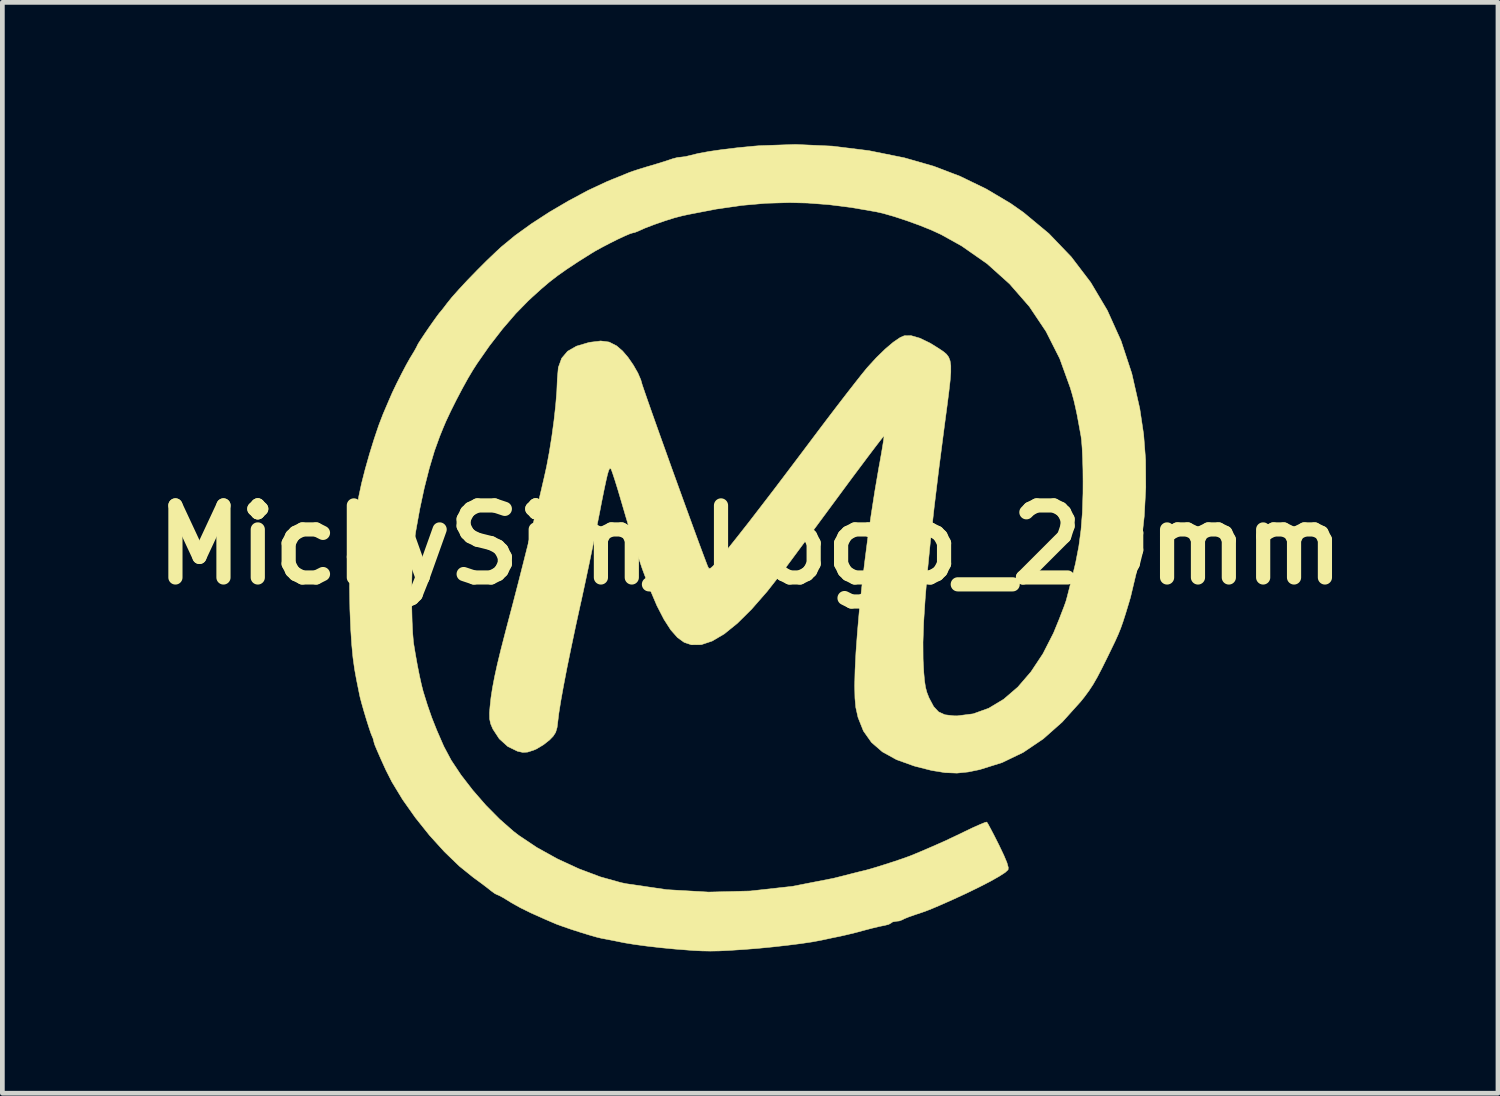
<source format=kicad_pcb>
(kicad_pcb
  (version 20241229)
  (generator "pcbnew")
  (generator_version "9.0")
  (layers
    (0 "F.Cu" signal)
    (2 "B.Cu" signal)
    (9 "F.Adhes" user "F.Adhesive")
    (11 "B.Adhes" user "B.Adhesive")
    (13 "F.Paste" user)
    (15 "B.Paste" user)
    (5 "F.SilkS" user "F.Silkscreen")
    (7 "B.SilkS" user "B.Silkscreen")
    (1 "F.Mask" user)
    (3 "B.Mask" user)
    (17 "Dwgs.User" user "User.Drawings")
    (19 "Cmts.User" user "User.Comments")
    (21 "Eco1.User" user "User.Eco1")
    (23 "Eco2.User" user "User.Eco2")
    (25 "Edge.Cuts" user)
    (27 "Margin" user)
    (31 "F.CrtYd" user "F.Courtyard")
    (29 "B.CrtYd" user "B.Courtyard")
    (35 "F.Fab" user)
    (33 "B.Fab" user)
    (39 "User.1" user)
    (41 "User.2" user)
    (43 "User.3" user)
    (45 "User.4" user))
  (footprint "MickySim_Logo_20mm"
    (layer "F.Cu")
    (at 12.816 8.474)
    (property "Reference" "MickySim_Logo_20mm" (at 0 0 0) (layer "F.SilkS") (effects (font (size 1.524 1.524) (thickness 0.3))))
    (attr through_hole)
    (fp_poly (pts (xy 1.736 -8.434) (xy 2.511 -8.338) (xy 3.263 -8.186) (xy 3.88 -8.009) (xy 4.439 -7.796) (xy 4.99 -7.529) (xy 5.506 -7.223) (xy 5.78 -7.031) (xy 6.317 -6.585) (xy 6.791 -6.091) (xy 7.203 -5.55) (xy 7.554 -4.959) (xy 7.843 -4.318) (xy 8.071 -3.626) (xy 8.24 -2.882) (xy 8.322 -2.333) (xy 8.363 -1.797) (xy 8.367 -1.216) (xy 8.335 -0.611) (xy 8.269 -0.007) (xy 8.171 0.574) (xy 8.044 1.108) (xy 8.011 1.22) (xy 7.942 1.448) (xy 7.886 1.623) (xy 7.836 1.765) (xy 7.782 1.898) (xy 7.716 2.044) (xy 7.628 2.226) (xy 7.563 2.36) (xy 7.44 2.608) (xy 7.34 2.8) (xy 7.252 2.953) (xy 7.165 3.085) (xy 7.071 3.213) (xy 6.991 3.313) (xy 6.6 3.747) (xy 6.197 4.104) (xy 5.775 4.389) (xy 5.329 4.604) (xy 4.853 4.753) (xy 4.61 4.803) (xy 4.373 4.827) (xy 4.122 4.817) (xy 3.839 4.771) (xy 3.506 4.687) (xy 3.461 4.674) (xy 3.094 4.542) (xy 2.797 4.378) (xy 2.566 4.178) (xy 2.395 3.936) (xy 2.281 3.649) (xy 2.234 3.439) (xy 2.216 3.244) (xy 2.21 2.98) (xy 2.218 2.653) (xy 2.237 2.274) (xy 2.268 1.851) (xy 2.308 1.392) (xy 2.359 0.906) (xy 2.417 0.402) (xy 2.483 -0.112) (xy 2.557 -0.627) (xy 2.636 -1.135) (xy 2.72 -1.627) (xy 2.742 -1.745) (xy 2.777 -1.943) (xy 2.805 -2.111) (xy 2.824 -2.234) (xy 2.831 -2.298) (xy 2.83 -2.304) (xy 2.804 -2.275) (xy 2.736 -2.189) (xy 2.632 -2.053) (xy 2.495 -1.872) (xy 2.332 -1.654) (xy 2.147 -1.407) (xy 1.946 -1.135) (xy 1.899 -1.071) (xy 1.681 -0.776) (xy 1.467 -0.486) (xy 1.264 -0.211) (xy 1.079 0.038) (xy 0.92 0.253) (xy 0.794 0.423) (xy 0.709 0.538) (xy 0.357 0.987) (xy 0.03 1.361) (xy -0.272 1.66) (xy -0.549 1.884) (xy -0.804 2.034) (xy -1.035 2.111) (xy -1.243 2.113) (xy -1.396 2.062) (xy -1.537 1.96) (xy -1.68 1.798) (xy -1.824 1.574) (xy -1.973 1.285) (xy -2.125 0.928) (xy -2.284 0.501) (xy -2.451 -0.000141) (xy -2.625 -0.577) (xy -2.661 -0.7) (xy -2.733 -0.946) (xy -2.8 -1.172) (xy -2.859 -1.362) (xy -2.906 -1.505) (xy -2.935 -1.587) (xy -2.939 -1.596) (xy -2.956 -1.618) (xy -2.973 -1.613) (xy -2.993 -1.573) (xy -3.018 -1.489) (xy -3.049 -1.355) (xy -3.09 -1.163) (xy -3.142 -0.904) (xy -3.178 -0.716) (xy -3.247 -0.368) (xy -3.328 0.026) (xy -3.413 0.436) (xy -3.497 0.832) (xy -3.573 1.183) (xy -3.582 1.22) (xy -3.692 1.723) (xy -3.79 2.19) (xy -3.877 2.614) (xy -3.949 2.989) (xy -4.006 3.305) (xy -4.046 3.557) (xy -4.065 3.712) (xy -4.084 3.864) (xy -4.114 3.965) (xy -4.166 4.046) (xy -4.243 4.126) (xy -4.374 4.229) (xy -4.524 4.318) (xy -4.578 4.341) (xy -4.708 4.383) (xy -4.81 4.389) (xy -4.922 4.364) (xy -5.127 4.264) (xy -5.307 4.101) (xy -5.442 3.895) (xy -5.489 3.784) (xy -5.511 3.681) (xy -5.513 3.553) (xy -5.503 3.427) (xy -5.482 3.23) (xy -5.45 3.023) (xy -5.406 2.792) (xy -5.348 2.527) (xy -5.272 2.214) (xy -5.176 1.841) (xy -5.134 1.68) (xy -5.024 1.264) (xy -4.912 0.832) (xy -4.801 0.395) (xy -4.693 -0.034) (xy -4.591 -0.445) (xy -4.498 -0.825) (xy -4.418 -1.163) (xy -4.352 -1.447) (xy -4.305 -1.66) (xy -4.249 -1.959) (xy -4.196 -2.289) (xy -4.15 -2.627) (xy -4.114 -2.953) (xy -4.09 -3.246) (xy -4.08 -3.483) (xy -4.08 -3.5) (xy -4.058 -3.751) (xy -3.987 -3.947) (xy -3.862 -4.095) (xy -3.674 -4.203) (xy -3.417 -4.279) (xy -3.387 -4.285) (xy -3.163 -4.313) (xy -2.983 -4.29) (xy -2.824 -4.209) (xy -2.699 -4.101) (xy -2.584 -3.967) (xy -2.471 -3.803) (xy -2.375 -3.635) (xy -2.312 -3.489) (xy -2.3 -3.445) (xy -2.283 -3.386) (xy -2.24 -3.26) (xy -2.177 -3.078) (xy -2.096 -2.847) (xy -2 -2.576) (xy -1.893 -2.275) (xy -1.777 -1.952) (xy -1.657 -1.616) (xy -1.534 -1.276) (xy -1.413 -0.941) (xy -1.296 -0.62) (xy -1.187 -0.321) (xy -1.089 -0.054) (xy -1.005 0.172) (xy -0.938 0.35) (xy -0.899 0.452) (xy -0.873 0.5) (xy -0.838 0.493) (xy -0.79 0.452) (xy -0.719 0.377) (xy -0.604 0.243) (xy -0.449 0.053) (xy -0.258 -0.187) (xy -0.034 -0.472) (xy 0.218 -0.799) (xy 0.496 -1.161) (xy 0.795 -1.556) (xy 1.112 -1.976) (xy 1.19 -2.08) (xy 1.417 -2.382) (xy 1.64 -2.677) (xy 1.853 -2.956) (xy 2.048 -3.209) (xy 2.218 -3.427) (xy 2.356 -3.602) (xy 2.456 -3.725) (xy 2.477 -3.75) (xy 2.669 -3.96) (xy 2.856 -4.142) (xy 3.027 -4.287) (xy 3.171 -4.385) (xy 3.258 -4.423) (xy 3.405 -4.425) (xy 3.592 -4.371) (xy 3.806 -4.267) (xy 3.904 -4.207) (xy 4.006 -4.142) (xy 4.088 -4.087) (xy 4.152 -4.033) (xy 4.198 -3.971) (xy 4.228 -3.892) (xy 4.243 -3.788) (xy 4.243 -3.651) (xy 4.229 -3.471) (xy 4.203 -3.24) (xy 4.166 -2.95) (xy 4.118 -2.591) (xy 4.102 -2.469) (xy 3.989 -1.597) (xy 3.892 -0.799) (xy 3.812 -0.076) (xy 3.748 0.572) (xy 3.701 1.144) (xy 3.669 1.64) (xy 3.655 2.059) (xy 3.657 2.4) (xy 3.659 2.46) (xy 3.672 2.699) (xy 3.688 2.876) (xy 3.708 3.01) (xy 3.737 3.119) (xy 3.777 3.222) (xy 3.785 3.24) (xy 3.88 3.419) (xy 3.985 3.532) (xy 4.119 3.593) (xy 4.304 3.615) (xy 4.38 3.616) (xy 4.717 3.573) (xy 5.045 3.455) (xy 5.361 3.265) (xy 5.661 3.007) (xy 5.939 2.684) (xy 6.192 2.302) (xy 6.416 1.863) (xy 6.54 1.56) (xy 6.588 1.434) (xy 6.629 1.329) (xy 6.64 1.3) (xy 6.678 1.193) (xy 6.693 1.14) (xy 6.713 1.064) (xy 6.746 0.935) (xy 6.785 0.782) (xy 6.791 0.76) (xy 6.883 0.38) (xy 6.951 0.029) (xy 6.997 -0.317) (xy 7.026 -0.683) (xy 7.039 -1.091) (xy 7.04 -1.338) (xy 7.038 -1.59) (xy 7.031 -1.833) (xy 7.021 -2.047) (xy 7.008 -2.215) (xy 6.997 -2.298) (xy 6.95 -2.556) (xy 6.913 -2.755) (xy 6.879 -2.914) (xy 6.847 -3.052) (xy 6.81 -3.188) (xy 6.771 -3.32) (xy 6.547 -3.94) (xy 6.257 -4.514) (xy 5.904 -5.041) (xy 5.487 -5.519) (xy 5.01 -5.947) (xy 4.473 -6.322) (xy 4.04 -6.563) (xy 3.834 -6.658) (xy 3.583 -6.759) (xy 3.312 -6.857) (xy 3.045 -6.945) (xy 2.807 -7.013) (xy 2.664 -7.045) (xy 2.139 -7.136) (xy 1.662 -7.196) (xy 1.212 -7.23) (xy 0.834 -7.239) (xy 0.333 -7.225) (xy -0.178 -7.18) (xy -0.718 -7.102) (xy -1.307 -6.988) (xy -1.44 -6.959) (xy -1.609 -6.915) (xy -1.814 -6.85) (xy -2.029 -6.775) (xy -2.223 -6.701) (xy -2.368 -6.636) (xy -2.369 -6.635) (xy -2.447 -6.605) (xy -2.477 -6.6) (xy -2.538 -6.582) (xy -2.651 -6.534) (xy -2.799 -6.465) (xy -2.965 -6.382) (xy -3.13 -6.296) (xy -3.279 -6.214) (xy -3.36 -6.165) (xy -3.644 -5.986) (xy -3.874 -5.834) (xy -4.07 -5.696) (xy -4.246 -5.56) (xy -4.419 -5.413) (xy -4.608 -5.242) (xy -4.695 -5.161) (xy -4.959 -4.891) (xy -5.237 -4.568) (xy -5.514 -4.211) (xy -5.773 -3.84) (xy -5.863 -3.7) (xy -5.968 -3.524) (xy -6.09 -3.303) (xy -6.216 -3.063) (xy -6.335 -2.825) (xy -6.434 -2.614) (xy -6.491 -2.48) (xy -6.535 -2.371) (xy -6.564 -2.3) (xy -6.676 -1.991) (xy -6.787 -1.619) (xy -6.893 -1.202) (xy -6.988 -0.758) (xy -7.07 -0.303) (xy -7.118 0.02) (xy -7.135 0.205) (xy -7.148 0.448) (xy -7.156 0.73) (xy -7.159 1.031) (xy -7.157 1.333) (xy -7.15 1.616) (xy -7.138 1.862) (xy -7.122 2.052) (xy -7.117 2.089) (xy -7.081 2.308) (xy -7.039 2.543) (xy -6.994 2.769) (xy -6.951 2.963) (xy -6.916 3.1) (xy -6.826 3.389) (xy -6.735 3.651) (xy -6.63 3.916) (xy -6.5 4.215) (xy -6.476 4.268) (xy -6.323 4.555) (xy -6.115 4.868) (xy -5.866 5.19) (xy -5.59 5.507) (xy -5.3 5.8) (xy -5.009 6.056) (xy -4.895 6.144) (xy -4.509 6.402) (xy -4.077 6.641) (xy -3.622 6.851) (xy -3.167 7.022) (xy -2.733 7.143) (xy -2.624 7.166) (xy -1.763 7.292) (xy -0.883 7.343) (xy 0.004 7.32) (xy 0.89 7.222) (xy 1.765 7.051) (xy 2 6.992) (xy 2.167 6.949) (xy 2.322 6.91) (xy 2.435 6.883) (xy 2.44 6.882) (xy 2.538 6.855) (xy 2.689 6.81) (xy 2.87 6.753) (xy 3.059 6.692) (xy 3.232 6.633) (xy 3.366 6.585) (xy 3.42 6.564) (xy 3.521 6.522) (xy 3.6 6.489) (xy 3.875 6.371) (xy 4.118 6.263) (xy 4.366 6.146) (xy 4.557 6.054) (xy 4.724 5.974) (xy 4.865 5.912) (xy 4.963 5.872) (xy 5.004 5.862) (xy 5.03 5.902) (xy 5.083 6) (xy 5.157 6.141) (xy 5.244 6.313) (xy 5.26 6.345) (xy 5.365 6.565) (xy 5.431 6.722) (xy 5.459 6.823) (xy 5.455 6.871) (xy 5.392 6.929) (xy 5.263 7.012) (xy 5.077 7.117) (xy 4.844 7.237) (xy 4.571 7.37) (xy 4.267 7.51) (xy 4.02 7.619) (xy 3.863 7.686) (xy 3.746 7.733) (xy 3.633 7.774) (xy 3.491 7.821) (xy 3.48 7.825) (xy 3.354 7.869) (xy 3.258 7.908) (xy 3.222 7.928) (xy 3.154 7.954) (xy 3.094 7.96) (xy 3.014 7.974) (xy 2.983 7.996) (xy 2.931 8.026) (xy 2.837 8.05) (xy 2.83 8.051) (xy 2.725 8.072) (xy 2.576 8.108) (xy 2.42 8.149) (xy 2.235 8.199) (xy 2.037 8.247) (xy 1.9 8.278) (xy 1.738 8.311) (xy 1.58 8.345) (xy 1.5 8.362) (xy 1.319 8.396) (xy 1.077 8.432) (xy 0.791 8.468) (xy 0.48 8.503) (xy 0.163 8.534) (xy -0.142 8.558) (xy -0.16 8.559) (xy -0.437 8.577) (xy -0.657 8.588) (xy -0.843 8.591) (xy -1.017 8.588) (xy -1.203 8.579) (xy -1.28 8.573) (xy -1.586 8.549) (xy -1.897 8.519) (xy -2.192 8.485) (xy -2.451 8.45) (xy -2.653 8.417) (xy -2.68 8.412) (xy -2.852 8.377) (xy -3.016 8.345) (xy -3.138 8.322) (xy -3.14 8.322) (xy -3.244 8.297) (xy -3.401 8.252) (xy -3.587 8.195) (xy -3.78 8.133) (xy -3.957 8.072) (xy -4.095 8.022) (xy -4.14 8.003) (xy -4.231 7.964) (xy -4.347 7.914) (xy -4.36 7.908) (xy -4.638 7.784) (xy -4.861 7.674) (xy -5.049 7.569) (xy -5.108 7.532) (xy -5.223 7.462) (xy -5.311 7.415) (xy -5.348 7.4) (xy -5.398 7.376) (xy -5.477 7.319) (xy -5.488 7.31) (xy -5.574 7.242) (xy -5.7 7.147) (xy -5.838 7.046) (xy -5.847 7.04) (xy -6.151 6.795) (xy -6.467 6.49) (xy -6.782 6.143) (xy -7.08 5.77) (xy -7.35 5.388) (xy -7.577 5.014) (xy -7.706 4.76) (xy -7.814 4.522) (xy -7.89 4.348) (xy -7.938 4.234) (xy -7.958 4.17) (xy -7.96 4.158) (xy -7.977 4.092) (xy -7.996 4.049) (xy -8.025 3.976) (xy -8.068 3.847) (xy -8.119 3.685) (xy -8.171 3.512) (xy -8.217 3.35) (xy -8.251 3.221) (xy -8.26 3.18) (xy -8.283 3.067) (xy -8.312 2.923) (xy -8.325 2.86) (xy -8.367 2.628) (xy -8.401 2.384) (xy -8.427 2.111) (xy -8.448 1.792) (xy -8.464 1.413) (xy -8.466 1.362) (xy -8.474 0.873) (xy -8.462 0.424) (xy -8.429 -0.013) (xy -8.372 -0.466) (xy -8.289 -0.963) (xy -8.275 -1.04) (xy -8.219 -1.301) (xy -8.142 -1.603) (xy -8.051 -1.924) (xy -7.953 -2.24) (xy -7.856 -2.528) (xy -7.765 -2.765) (xy -7.75 -2.8) (xy -7.697 -2.924) (xy -7.652 -3.029) (xy -7.639 -3.06) (xy -7.571 -3.216) (xy -7.478 -3.411) (xy -7.374 -3.617) (xy -7.273 -3.809) (xy -7.188 -3.96) (xy -7.17 -3.988) (xy -7.102 -4.101) (xy -7.055 -4.186) (xy -7.04 -4.219) (xy -7.019 -4.259) (xy -6.963 -4.346) (xy -6.884 -4.465) (xy -6.794 -4.597) (xy -6.704 -4.725) (xy -6.627 -4.833) (xy -6.574 -4.904) (xy -6.559 -4.92) (xy -6.524 -4.962) (xy -6.459 -5.045) (xy -6.418 -5.1) (xy -6.314 -5.23) (xy -6.163 -5.4) (xy -5.981 -5.596) (xy -5.779 -5.804) (xy -5.572 -6.011) (xy -5.373 -6.201) (xy -5.265 -6.301) (xy -4.975 -6.54) (xy -4.627 -6.791) (xy -4.24 -7.042) (xy -3.832 -7.281) (xy -3.424 -7.499) (xy -3.032 -7.682) (xy -2.9 -7.737) (xy -2.752 -7.796) (xy -2.625 -7.848) (xy -2.544 -7.881) (xy -2.54 -7.882) (xy -2.467 -7.908) (xy -2.34 -7.949) (xy -2.18 -7.998) (xy -2.1 -8.021) (xy -1.931 -8.072) (xy -1.781 -8.119) (xy -1.676 -8.154) (xy -1.648 -8.164) (xy -1.538 -8.193) (xy -1.471 -8.2) (xy -1.371 -8.212) (xy -1.263 -8.238) (xy -1.097 -8.279) (xy -0.865 -8.321) (xy -0.582 -8.362) (xy -0.263 -8.4) (xy 0.077 -8.433) (xy 0.2 -8.443) (xy 0.959 -8.469) (xy 1.736 -8.434)) (stroke (width 0.01) (type solid)) (fill yes) (layer "F.SilkS")))
  (gr_rect
    (start -3 -3)
    (end 28.632 20.071)
    (stroke (width 0.1) (type default))
    (fill no)
    (layer "Edge.Cuts")))
</source>
